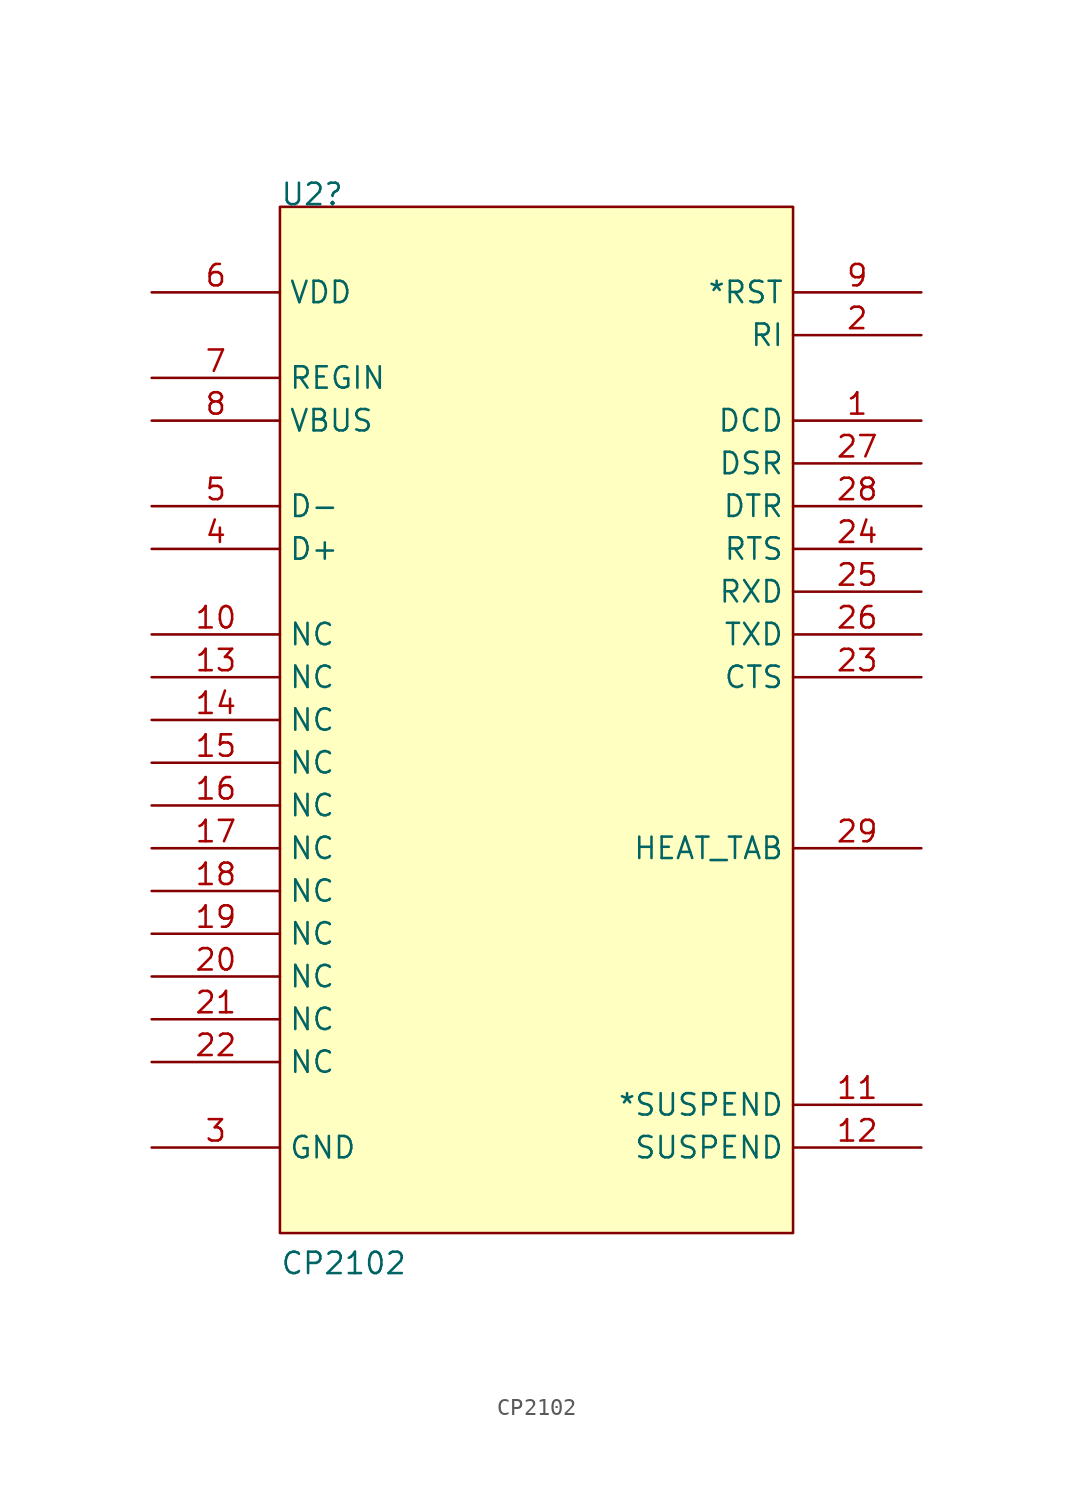
<source format=kicad_sym>
(kicad_symbol_lib
  (version 20211014)
  (generator kicad_symbol_editor)
  (symbol "CP2102"
    (property "Reference" "U2"
      (at 7.62 0 0)
      (effects (font (size 1.27 1.27)) (justify left bottom)))
    (property "Value" "CP2102"
      (at 7.62 -63.5 0)
      (effects (font (size 1.27 1.27)) (justify left bottom)))
    (symbol "CP2102_1_0"
      (rectangle (start 38.1 0) (end 7.62 -60.96) (stroke (width 0) (type default) (color 0 0 0 0)) (fill (type background)))
      (pin passive line (at 45.72 -12.7 180) (length 7.62) (name "DCD" (effects (font (size 1.27 1.27)))) (number "1" (effects (font (size 1.27 1.27)))))
      (pin passive line (at 0 -25.4 0) (length 7.62) (name "NC" (effects (font (size 1.27 1.27)))) (number "10" (effects (font (size 1.27 1.27)))))
      (pin passive line (at 45.72 -53.34 180) (length 7.62) (name "*SUSPEND" (effects (font (size 1.27 1.27)))) (number "11" (effects (font (size 1.27 1.27)))))
      (pin passive line (at 45.72 -55.88 180) (length 7.62) (name "SUSPEND" (effects (font (size 1.27 1.27)))) (number "12" (effects (font (size 1.27 1.27)))))
      (pin passive line (at 0 -27.94 0) (length 7.62) (name "NC" (effects (font (size 1.27 1.27)))) (number "13" (effects (font (size 1.27 1.27)))))
      (pin passive line (at 0 -30.48 0) (length 7.62) (name "NC" (effects (font (size 1.27 1.27)))) (number "14" (effects (font (size 1.27 1.27)))))
      (pin passive line (at 0 -33.02 0) (length 7.62) (name "NC" (effects (font (size 1.27 1.27)))) (number "15" (effects (font (size 1.27 1.27)))))
      (pin passive line (at 0 -35.56 0) (length 7.62) (name "NC" (effects (font (size 1.27 1.27)))) (number "16" (effects (font (size 1.27 1.27)))))
      (pin passive line (at 0 -38.1 0) (length 7.62) (name "NC" (effects (font (size 1.27 1.27)))) (number "17" (effects (font (size 1.27 1.27)))))
      (pin passive line (at 0 -40.64 0) (length 7.62) (name "NC" (effects (font (size 1.27 1.27)))) (number "18" (effects (font (size 1.27 1.27)))))
      (pin passive line (at 0 -43.18 0) (length 7.62) (name "NC" (effects (font (size 1.27 1.27)))) (number "19" (effects (font (size 1.27 1.27)))))
      (pin passive line (at 45.72 -7.62 180) (length 7.62) (name "RI" (effects (font (size 1.27 1.27)))) (number "2" (effects (font (size 1.27 1.27)))))
      (pin passive line (at 0 -45.72 0) (length 7.62) (name "NC" (effects (font (size 1.27 1.27)))) (number "20" (effects (font (size 1.27 1.27)))))
      (pin passive line (at 0 -48.26 0) (length 7.62) (name "NC" (effects (font (size 1.27 1.27)))) (number "21" (effects (font (size 1.27 1.27)))))
      (pin passive line (at 0 -50.8 0) (length 7.62) (name "NC" (effects (font (size 1.27 1.27)))) (number "22" (effects (font (size 1.27 1.27)))))
      (pin passive line (at 45.72 -27.94 180) (length 7.62) (name "CTS" (effects (font (size 1.27 1.27)))) (number "23" (effects (font (size 1.27 1.27)))))
      (pin passive line (at 45.72 -20.32 180) (length 7.62) (name "RTS" (effects (font (size 1.27 1.27)))) (number "24" (effects (font (size 1.27 1.27)))))
      (pin passive line (at 45.72 -22.86 180) (length 7.62) (name "RXD" (effects (font (size 1.27 1.27)))) (number "25" (effects (font (size 1.27 1.27)))))
      (pin passive line (at 45.72 -25.4 180) (length 7.62) (name "TXD" (effects (font (size 1.27 1.27)))) (number "26" (effects (font (size 1.27 1.27)))))
      (pin passive line (at 45.72 -15.24 180) (length 7.62) (name "DSR" (effects (font (size 1.27 1.27)))) (number "27" (effects (font (size 1.27 1.27)))))
      (pin passive line (at 45.72 -17.78 180) (length 7.62) (name "DTR" (effects (font (size 1.27 1.27)))) (number "28" (effects (font (size 1.27 1.27)))))
      (pin passive line (at 45.72 -38.1 180) (length 7.62) (name "HEAT_TAB" (effects (font (size 1.27 1.27)))) (number "29" (effects (font (size 1.27 1.27)))))
      (pin passive line (at 0 -55.88 0) (length 7.62) (name "GND" (effects (font (size 1.27 1.27)))) (number "3" (effects (font (size 1.27 1.27)))))
      (pin passive line (at 0 -20.32 0) (length 7.62) (name "D+" (effects (font (size 1.27 1.27)))) (number "4" (effects (font (size 1.27 1.27)))))
      (pin passive line (at 0 -17.78 0) (length 7.62) (name "D-" (effects (font (size 1.27 1.27)))) (number "5" (effects (font (size 1.27 1.27)))))
      (pin passive line (at 0 -5.08 0) (length 7.62) (name "VDD" (effects (font (size 1.27 1.27)))) (number "6" (effects (font (size 1.27 1.27)))))
      (pin passive line (at 0 -10.16 0) (length 7.62) (name "REGIN" (effects (font (size 1.27 1.27)))) (number "7" (effects (font (size 1.27 1.27)))))
      (pin passive line (at 0 -12.7 0) (length 7.62) (name "VBUS" (effects (font (size 1.27 1.27)))) (number "8" (effects (font (size 1.27 1.27)))))
      (pin passive line (at 45.72 -5.08 180) (length 7.62) (name "*RST" (effects (font (size 1.27 1.27)))) (number "9" (effects (font (size 1.27 1.27))))))))
</source>
